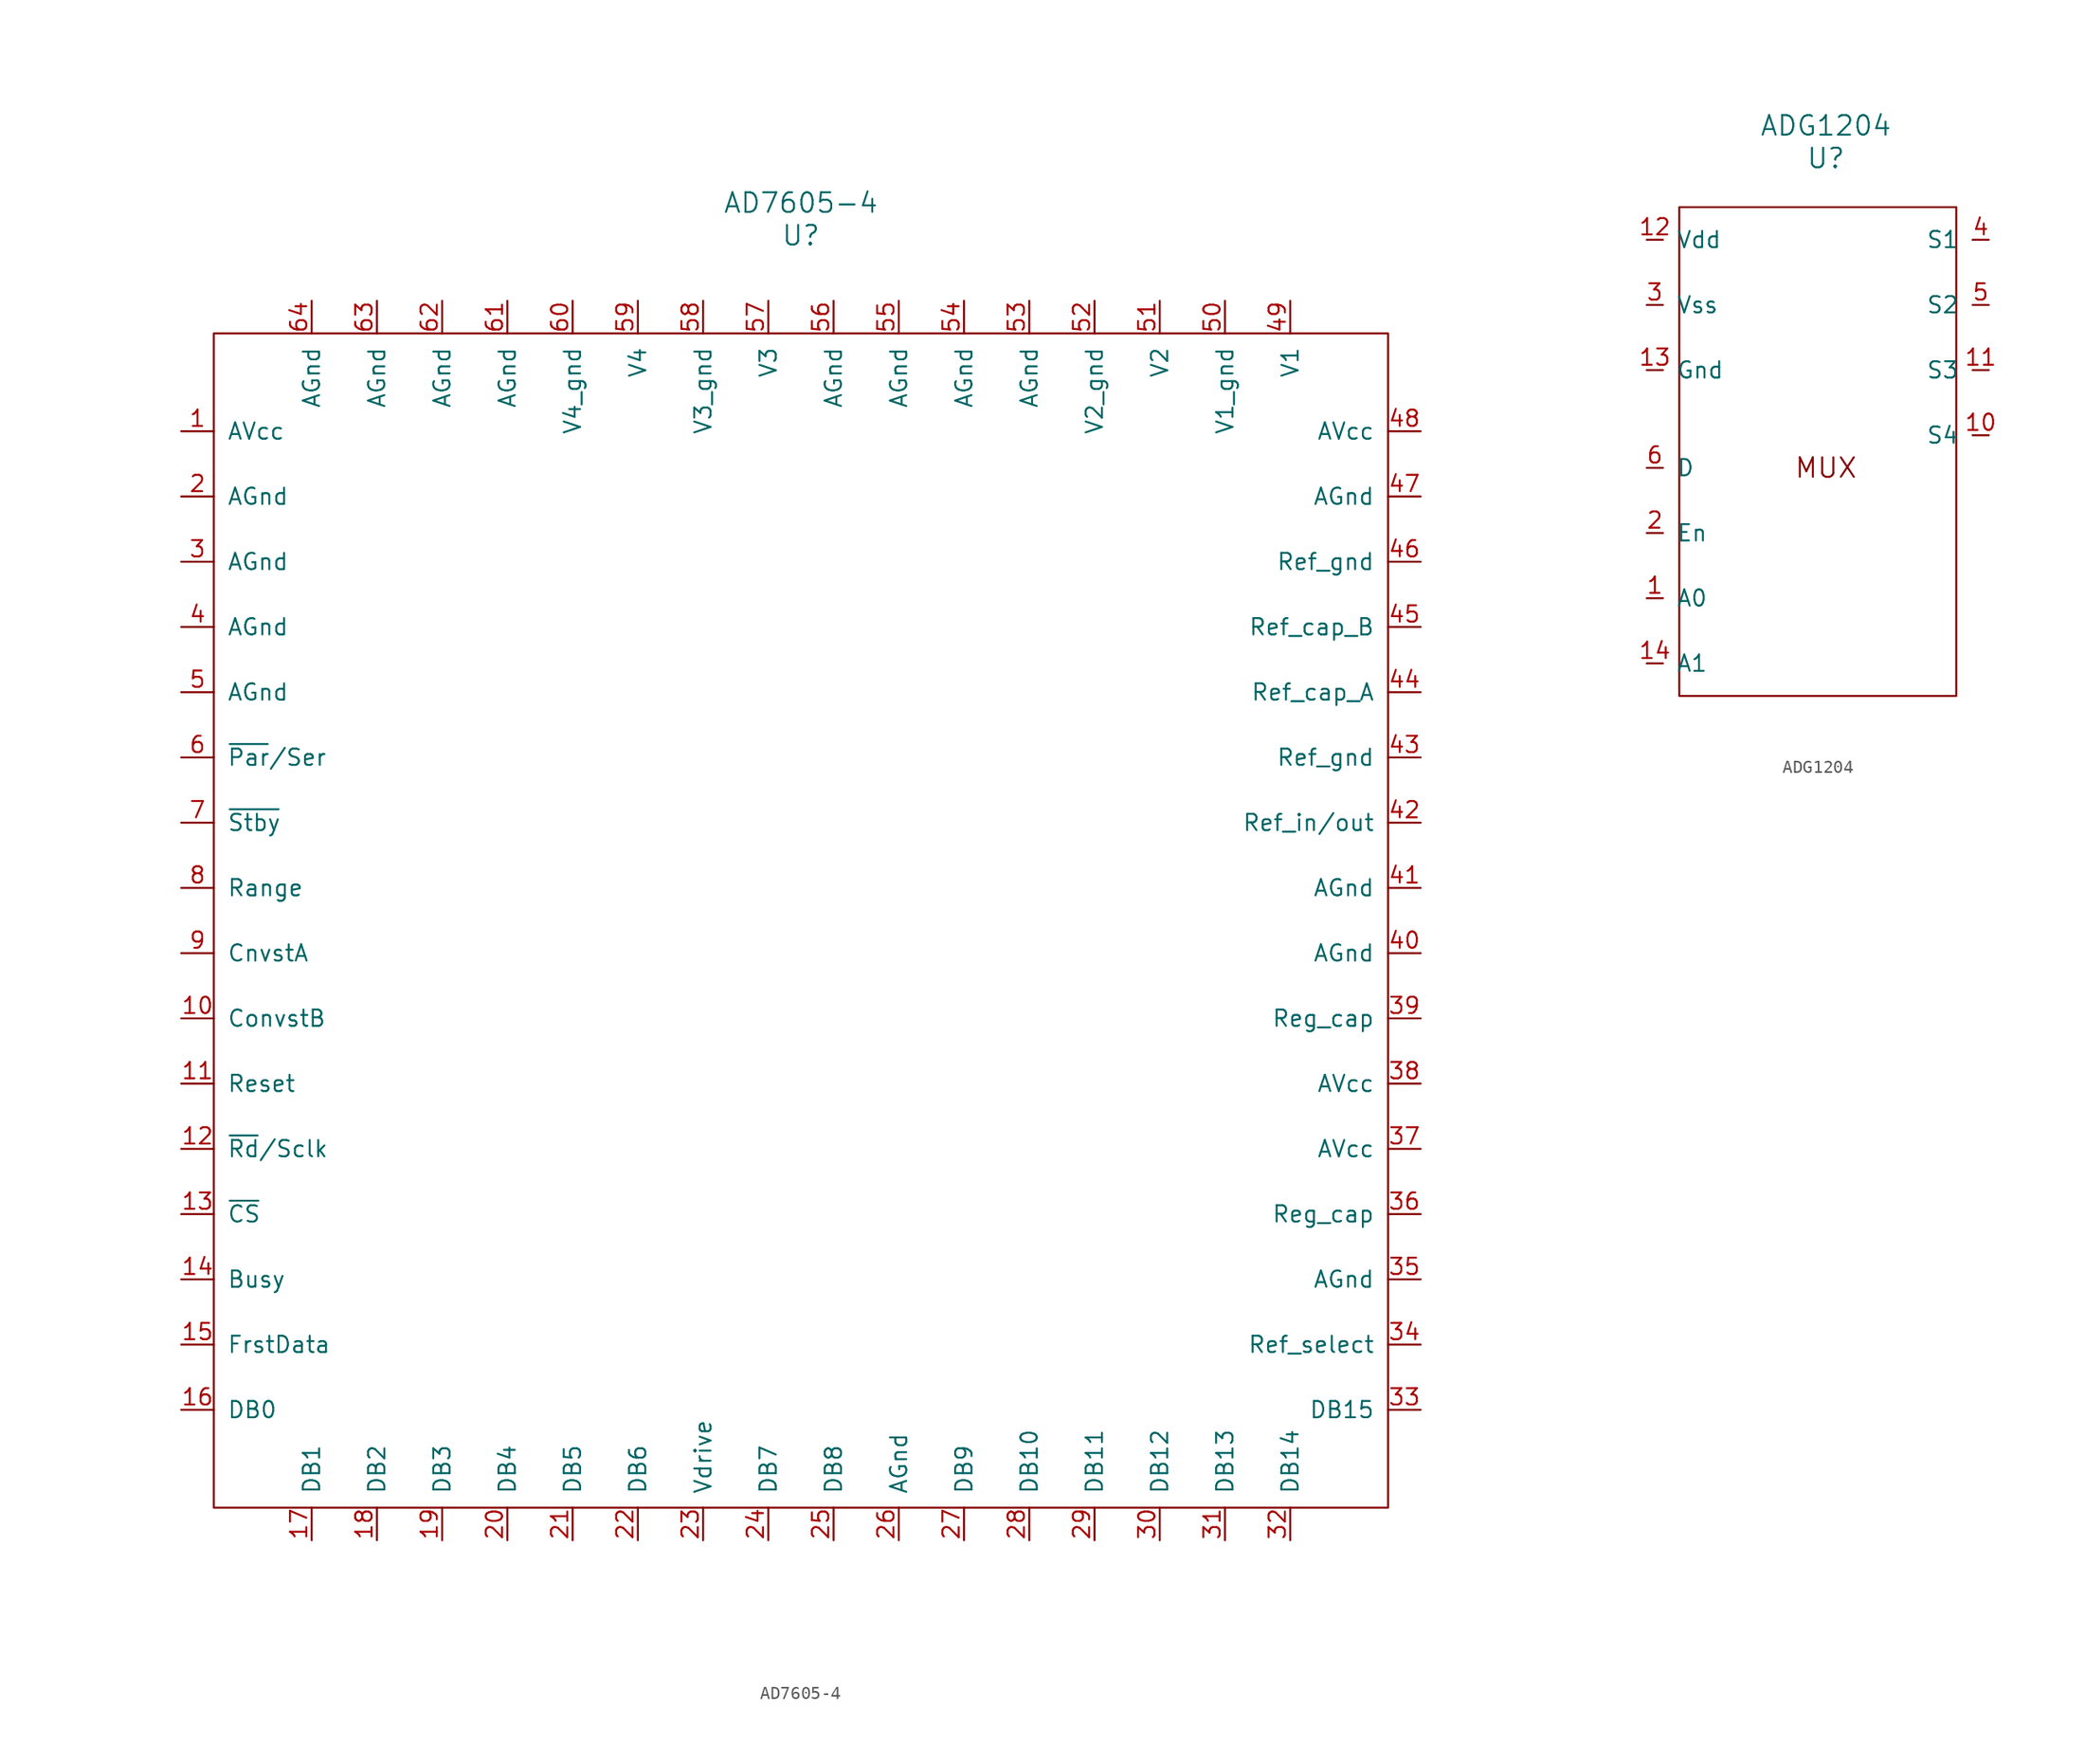
<source format=kicad_sym>
(kicad_symbol_lib
  (version 20211014)
  (generator kicad_symbol_editor)
  (symbol "AD7605-4"
    (pin_names
      (offset 1.016))
    (property "Reference" "U"
      (at 0 55.88 0)
      (effects (font (size 1.524 1.524))))
    (property "Value" "AD7605-4"
      (at 0 58.42 0)
      (effects (font (size 1.524 1.524))))
    (symbol "AD7605-4_0_1"
      (rectangle (start -45.72 48.26) (end 45.72 -43.18) (stroke (width 0) (type default) (color 0 0 0 0)) (fill (type none))))
    (symbol "AD7605-4_1_1"
      (pin power_in line (at -48.26 40.64 0) (length 2.54) (name "AVcc" (effects (font (size 1.27 1.27)))) (number "1" (effects (font (size 1.27 1.27)))))
      (pin input line (at -48.26 -5.08 0) (length 2.54) (name "ConvstB" (effects (font (size 1.27 1.27)))) (number "10" (effects (font (size 1.27 1.27)))))
      (pin input line (at -48.26 -10.16 0) (length 2.54) (name "Reset" (effects (font (size 1.27 1.27)))) (number "11" (effects (font (size 1.27 1.27)))))
      (pin input line (at -48.26 -15.24 0) (length 2.54) (name "~{Rd}/Sclk" (effects (font (size 1.27 1.27)))) (number "12" (effects (font (size 1.27 1.27)))))
      (pin input line (at -48.26 -20.32 0) (length 2.54) (name "~{CS}" (effects (font (size 1.27 1.27)))) (number "13" (effects (font (size 1.27 1.27)))))
      (pin output line (at -48.26 -25.4 0) (length 2.54) (name "Busy" (effects (font (size 1.27 1.27)))) (number "14" (effects (font (size 1.27 1.27)))))
      (pin output line (at -48.26 -30.48 0) (length 2.54) (name "FrstData" (effects (font (size 1.27 1.27)))) (number "15" (effects (font (size 1.27 1.27)))))
      (pin output line (at -48.26 -35.56 0) (length 2.54) (name "DB0" (effects (font (size 1.27 1.27)))) (number "16" (effects (font (size 1.27 1.27)))))
      (pin output line (at -38.1 -45.72 90) (length 2.54) (name "DB1" (effects (font (size 1.27 1.27)))) (number "17" (effects (font (size 1.27 1.27)))))
      (pin output line (at -33.02 -45.72 90) (length 2.54) (name "DB2" (effects (font (size 1.27 1.27)))) (number "18" (effects (font (size 1.27 1.27)))))
      (pin output line (at -27.94 -45.72 90) (length 2.54) (name "DB3" (effects (font (size 1.27 1.27)))) (number "19" (effects (font (size 1.27 1.27)))))
      (pin power_in line (at -48.26 35.56 0) (length 2.54) (name "AGnd" (effects (font (size 1.27 1.27)))) (number "2" (effects (font (size 1.27 1.27)))))
      (pin output line (at -22.86 -45.72 90) (length 2.54) (name "DB4" (effects (font (size 1.27 1.27)))) (number "20" (effects (font (size 1.27 1.27)))))
      (pin output line (at -17.78 -45.72 90) (length 2.54) (name "DB5" (effects (font (size 1.27 1.27)))) (number "21" (effects (font (size 1.27 1.27)))))
      (pin output line (at -12.7 -45.72 90) (length 2.54) (name "DB6" (effects (font (size 1.27 1.27)))) (number "22" (effects (font (size 1.27 1.27)))))
      (pin power_in line (at -7.62 -45.72 90) (length 2.54) (name "Vdrive" (effects (font (size 1.27 1.27)))) (number "23" (effects (font (size 1.27 1.27)))))
      (pin output line (at -2.54 -45.72 90) (length 2.54) (name "DB7" (effects (font (size 1.27 1.27)))) (number "24" (effects (font (size 1.27 1.27)))))
      (pin output line (at 2.54 -45.72 90) (length 2.54) (name "DB8" (effects (font (size 1.27 1.27)))) (number "25" (effects (font (size 1.27 1.27)))))
      (pin power_in line (at 7.62 -45.72 90) (length 2.54) (name "AGnd" (effects (font (size 1.27 1.27)))) (number "26" (effects (font (size 1.27 1.27)))))
      (pin output line (at 12.7 -45.72 90) (length 2.54) (name "DB9" (effects (font (size 1.27 1.27)))) (number "27" (effects (font (size 1.27 1.27)))))
      (pin output line (at 17.78 -45.72 90) (length 2.54) (name "DB10" (effects (font (size 1.27 1.27)))) (number "28" (effects (font (size 1.27 1.27)))))
      (pin output line (at 22.86 -45.72 90) (length 2.54) (name "DB11" (effects (font (size 1.27 1.27)))) (number "29" (effects (font (size 1.27 1.27)))))
      (pin power_in line (at -48.26 30.48 0) (length 2.54) (name "AGnd" (effects (font (size 1.27 1.27)))) (number "3" (effects (font (size 1.27 1.27)))))
      (pin output line (at 27.94 -45.72 90) (length 2.54) (name "DB12" (effects (font (size 1.27 1.27)))) (number "30" (effects (font (size 1.27 1.27)))))
      (pin output line (at 33.02 -45.72 90) (length 2.54) (name "DB13" (effects (font (size 1.27 1.27)))) (number "31" (effects (font (size 1.27 1.27)))))
      (pin output line (at 38.1 -45.72 90) (length 2.54) (name "DB14" (effects (font (size 1.27 1.27)))) (number "32" (effects (font (size 1.27 1.27)))))
      (pin output line (at 48.26 -35.56 180) (length 2.54) (name "DB15" (effects (font (size 1.27 1.27)))) (number "33" (effects (font (size 1.27 1.27)))))
      (pin input line (at 48.26 -30.48 180) (length 2.54) (name "Ref_select" (effects (font (size 1.27 1.27)))) (number "34" (effects (font (size 1.27 1.27)))))
      (pin power_in line (at 48.26 -25.4 180) (length 2.54) (name "AGnd" (effects (font (size 1.27 1.27)))) (number "35" (effects (font (size 1.27 1.27)))))
      (pin bidirectional line (at 48.26 -20.32 180) (length 2.54) (name "Reg_cap" (effects (font (size 1.27 1.27)))) (number "36" (effects (font (size 1.27 1.27)))))
      (pin power_in line (at 48.26 -15.24 180) (length 2.54) (name "AVcc" (effects (font (size 1.27 1.27)))) (number "37" (effects (font (size 1.27 1.27)))))
      (pin power_in line (at 48.26 -10.16 180) (length 2.54) (name "AVcc" (effects (font (size 1.27 1.27)))) (number "38" (effects (font (size 1.27 1.27)))))
      (pin bidirectional line (at 48.26 -5.08 180) (length 2.54) (name "Reg_cap" (effects (font (size 1.27 1.27)))) (number "39" (effects (font (size 1.27 1.27)))))
      (pin power_in line (at -48.26 25.4 0) (length 2.54) (name "AGnd" (effects (font (size 1.27 1.27)))) (number "4" (effects (font (size 1.27 1.27)))))
      (pin power_in line (at 48.26 0 180) (length 2.54) (name "AGnd" (effects (font (size 1.27 1.27)))) (number "40" (effects (font (size 1.27 1.27)))))
      (pin power_in line (at 48.26 5.08 180) (length 2.54) (name "AGnd" (effects (font (size 1.27 1.27)))) (number "41" (effects (font (size 1.27 1.27)))))
      (pin bidirectional line (at 48.26 10.16 180) (length 2.54) (name "Ref_in/out" (effects (font (size 1.27 1.27)))) (number "42" (effects (font (size 1.27 1.27)))))
      (pin power_in line (at 48.26 15.24 180) (length 2.54) (name "Ref_gnd" (effects (font (size 1.27 1.27)))) (number "43" (effects (font (size 1.27 1.27)))))
      (pin input line (at 48.26 20.32 180) (length 2.54) (name "Ref_cap_A" (effects (font (size 1.27 1.27)))) (number "44" (effects (font (size 1.27 1.27)))))
      (pin input line (at 48.26 25.4 180) (length 2.54) (name "Ref_cap_B" (effects (font (size 1.27 1.27)))) (number "45" (effects (font (size 1.27 1.27)))))
      (pin power_in line (at 48.26 30.48 180) (length 2.54) (name "Ref_gnd" (effects (font (size 1.27 1.27)))) (number "46" (effects (font (size 1.27 1.27)))))
      (pin power_in line (at 48.26 35.56 180) (length 2.54) (name "AGnd" (effects (font (size 1.27 1.27)))) (number "47" (effects (font (size 1.27 1.27)))))
      (pin power_in line (at 48.26 40.64 180) (length 2.54) (name "AVcc" (effects (font (size 1.27 1.27)))) (number "48" (effects (font (size 1.27 1.27)))))
      (pin input line (at 38.1 50.8 270) (length 2.54) (name "V1" (effects (font (size 1.27 1.27)))) (number "49" (effects (font (size 1.27 1.27)))))
      (pin power_in line (at -48.26 20.32 0) (length 2.54) (name "AGnd" (effects (font (size 1.27 1.27)))) (number "5" (effects (font (size 1.27 1.27)))))
      (pin input line (at 33.02 50.8 270) (length 2.54) (name "V1_gnd" (effects (font (size 1.27 1.27)))) (number "50" (effects (font (size 1.27 1.27)))))
      (pin input line (at 27.94 50.8 270) (length 2.54) (name "V2" (effects (font (size 1.27 1.27)))) (number "51" (effects (font (size 1.27 1.27)))))
      (pin input line (at 22.86 50.8 270) (length 2.54) (name "V2_gnd" (effects (font (size 1.27 1.27)))) (number "52" (effects (font (size 1.27 1.27)))))
      (pin power_in line (at 17.78 50.8 270) (length 2.54) (name "AGnd" (effects (font (size 1.27 1.27)))) (number "53" (effects (font (size 1.27 1.27)))))
      (pin power_in line (at 12.7 50.8 270) (length 2.54) (name "AGnd" (effects (font (size 1.27 1.27)))) (number "54" (effects (font (size 1.27 1.27)))))
      (pin power_in line (at 7.62 50.8 270) (length 2.54) (name "AGnd" (effects (font (size 1.27 1.27)))) (number "55" (effects (font (size 1.27 1.27)))))
      (pin power_in line (at 2.54 50.8 270) (length 2.54) (name "AGnd" (effects (font (size 1.27 1.27)))) (number "56" (effects (font (size 1.27 1.27)))))
      (pin input line (at -2.54 50.8 270) (length 2.54) (name "V3" (effects (font (size 1.27 1.27)))) (number "57" (effects (font (size 1.27 1.27)))))
      (pin input line (at -7.62 50.8 270) (length 2.54) (name "V3_gnd" (effects (font (size 1.27 1.27)))) (number "58" (effects (font (size 1.27 1.27)))))
      (pin input line (at -12.7 50.8 270) (length 2.54) (name "V4" (effects (font (size 1.27 1.27)))) (number "59" (effects (font (size 1.27 1.27)))))
      (pin input line (at -48.26 15.24 0) (length 2.54) (name "~{Par}/Ser" (effects (font (size 1.27 1.27)))) (number "6" (effects (font (size 1.27 1.27)))))
      (pin input line (at -17.78 50.8 270) (length 2.54) (name "V4_gnd" (effects (font (size 1.27 1.27)))) (number "60" (effects (font (size 1.27 1.27)))))
      (pin power_in line (at -22.86 50.8 270) (length 2.54) (name "AGnd" (effects (font (size 1.27 1.27)))) (number "61" (effects (font (size 1.27 1.27)))))
      (pin power_in line (at -27.94 50.8 270) (length 2.54) (name "AGnd" (effects (font (size 1.27 1.27)))) (number "62" (effects (font (size 1.27 1.27)))))
      (pin power_in line (at -33.02 50.8 270) (length 2.54) (name "AGnd" (effects (font (size 1.27 1.27)))) (number "63" (effects (font (size 1.27 1.27)))))
      (pin power_in line (at -38.1 50.8 270) (length 2.54) (name "AGnd" (effects (font (size 1.27 1.27)))) (number "64" (effects (font (size 1.27 1.27)))))
      (pin input line (at -48.26 10.16 0) (length 2.54) (name "~{Stby}" (effects (font (size 1.27 1.27)))) (number "7" (effects (font (size 1.27 1.27)))))
      (pin input line (at -48.26 5.08 0) (length 2.54) (name "Range" (effects (font (size 1.27 1.27)))) (number "8" (effects (font (size 1.27 1.27)))))
      (pin input line (at -48.26 0 0) (length 2.54) (name "CnvstA" (effects (font (size 1.27 1.27)))) (number "9" (effects (font (size 1.27 1.27)))))))
  (symbol "ADG1204"
    (pin_names
      (offset 1.016))
    (property "Reference" "U"
      (at 0 24.13 0)
      (effects (font (size 1.524 1.524))))
    (property "Value" "ADG1204"
      (at 0 26.67 0)
      (effects (font (size 1.524 1.524))))
    (symbol "ADG1204_0_0"
      (text "MUX" (at 0 0 0) (effects (font (size 1.524 1.524)))))
    (symbol "ADG1204_0_1"
      (rectangle (start -11.43 20.32) (end 10.16 -17.78) (stroke (width 0) (type default) (color 0 0 0 0)) (fill (type none))))
    (symbol "ADG1204_1_1"
      (pin input line (at -13.97 -10.16 0) (length 1.27) (name "A0" (effects (font (size 1.27 1.27)))) (number "1" (effects (font (size 1.27 1.27)))))
      (pin bidirectional line (at 12.7 2.54 180) (length 1.27) (name "S4" (effects (font (size 1.27 1.27)))) (number "10" (effects (font (size 1.27 1.27)))))
      (pin bidirectional line (at 12.7 7.62 180) (length 1.27) (name "S3" (effects (font (size 1.27 1.27)))) (number "11" (effects (font (size 1.27 1.27)))))
      (pin power_in line (at -13.97 17.78 0) (length 1.27) (name "Vdd" (effects (font (size 1.27 1.27)))) (number "12" (effects (font (size 1.27 1.27)))))
      (pin power_in line (at -13.97 7.62 0) (length 1.27) (name "Gnd" (effects (font (size 1.27 1.27)))) (number "13" (effects (font (size 1.27 1.27)))))
      (pin input line (at -13.97 -15.24 0) (length 1.27) (name "A1" (effects (font (size 1.27 1.27)))) (number "14" (effects (font (size 1.27 1.27)))))
      (pin input line (at -13.97 -5.08 0) (length 1.27) (name "En" (effects (font (size 1.27 1.27)))) (number "2" (effects (font (size 1.27 1.27)))))
      (pin power_in line (at -13.97 12.7 0) (length 1.27) (name "Vss" (effects (font (size 1.27 1.27)))) (number "3" (effects (font (size 1.27 1.27)))))
      (pin bidirectional line (at 12.7 17.78 180) (length 1.27) (name "S1" (effects (font (size 1.27 1.27)))) (number "4" (effects (font (size 1.27 1.27)))))
      (pin bidirectional line (at 12.7 12.7 180) (length 1.27) (name "S2" (effects (font (size 1.27 1.27)))) (number "5" (effects (font (size 1.27 1.27)))))
      (pin bidirectional line (at -13.97 0 0) (length 1.27) (name "D" (effects (font (size 1.27 1.27)))) (number "6" (effects (font (size 1.27 1.27))))))))
</source>
